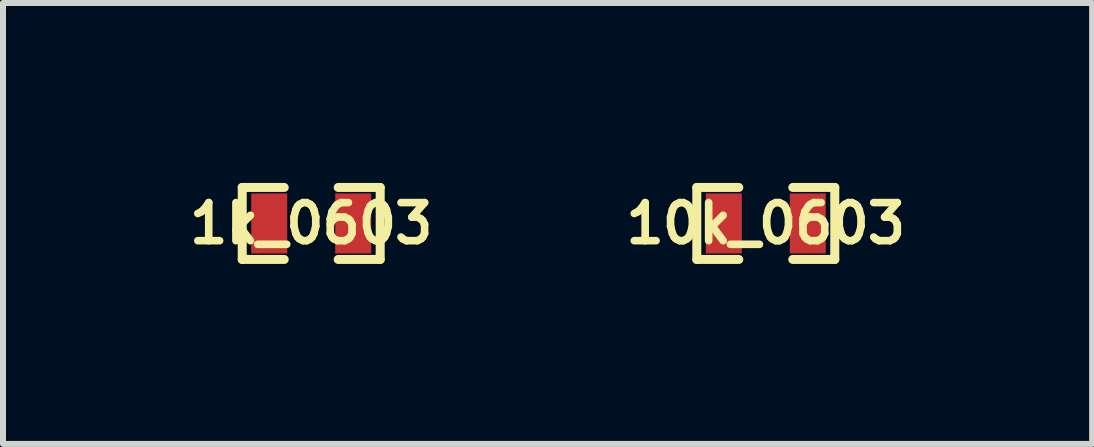
<source format=kicad_pcb>
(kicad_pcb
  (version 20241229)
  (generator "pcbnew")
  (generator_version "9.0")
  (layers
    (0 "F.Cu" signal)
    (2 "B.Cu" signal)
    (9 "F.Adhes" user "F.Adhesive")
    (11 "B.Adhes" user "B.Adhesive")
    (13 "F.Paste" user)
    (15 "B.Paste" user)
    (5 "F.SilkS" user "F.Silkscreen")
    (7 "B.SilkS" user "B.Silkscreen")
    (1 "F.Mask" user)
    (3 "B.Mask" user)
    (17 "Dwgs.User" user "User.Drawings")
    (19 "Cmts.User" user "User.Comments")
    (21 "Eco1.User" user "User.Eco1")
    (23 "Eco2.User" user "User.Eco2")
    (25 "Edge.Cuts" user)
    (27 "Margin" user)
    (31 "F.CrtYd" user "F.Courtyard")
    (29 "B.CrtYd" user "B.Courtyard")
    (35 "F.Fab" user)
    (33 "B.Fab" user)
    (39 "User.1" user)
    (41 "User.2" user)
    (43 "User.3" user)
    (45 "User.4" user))
  (footprint "1k_0603"
    (layer "F.Cu")
    (at 2.138 0.675)
    (property "Reference" "1k_0603" (at 0 0 0) (layer "F.SilkS") (effects (font (size 0.635 0.635) (thickness 0.127))))
    (attr smd)
    (fp_line (start -1.15 -0.6) (end -1.15 0.6) (stroke (width 0.15) (type solid)) (layer "F.SilkS"))
    (fp_line (start -1.15 0.6) (end -0.45 0.6) (stroke (width 0.15) (type solid)) (layer "F.SilkS"))
    (fp_line (start -0.45 -0.6) (end -1.15 -0.6) (stroke (width 0.15) (type solid)) (layer "F.SilkS"))
    (fp_line (start 0.45 -0.6) (end 1.15 -0.6) (stroke (width 0.15) (type solid)) (layer "F.SilkS"))
    (fp_line (start 1.15 -0.6) (end 1.15 0.6) (stroke (width 0.15) (type solid)) (layer "F.SilkS"))
    (fp_line (start 1.15 0.6) (end 0.45 0.6) (stroke (width 0.15) (type solid)) (layer "F.SilkS"))
    (pad "1" smd rect (at -0.7 0) (size 0.6 1) (layers "F.Cu" "F.Mask" "F.Paste"))
    (pad "2" smd rect (at 0.7 0) (size 0.6 1) (layers "F.Cu" "F.Mask" "F.Paste")))
  (footprint "10k_0603"
    (layer "F.Cu")
    (at 9.716 0.675)
    (property "Reference" "10k_0603" (at 0 0 0) (layer "F.SilkS") (effects (font (size 0.635 0.635) (thickness 0.127))))
    (attr smd)
    (fp_line (start -1.15 -0.6) (end -1.15 0.6) (stroke (width 0.15) (type solid)) (layer "F.SilkS"))
    (fp_line (start -1.15 0.6) (end -0.45 0.6) (stroke (width 0.15) (type solid)) (layer "F.SilkS"))
    (fp_line (start -0.45 -0.6) (end -1.15 -0.6) (stroke (width 0.15) (type solid)) (layer "F.SilkS"))
    (fp_line (start 0.45 -0.6) (end 1.15 -0.6) (stroke (width 0.15) (type solid)) (layer "F.SilkS"))
    (fp_line (start 1.15 -0.6) (end 1.15 0.6) (stroke (width 0.15) (type solid)) (layer "F.SilkS"))
    (fp_line (start 1.15 0.6) (end 0.45 0.6) (stroke (width 0.15) (type solid)) (layer "F.SilkS"))
    (pad "1" smd rect (at -0.7 0) (size 0.6 1) (layers "F.Cu" "F.Mask" "F.Paste"))
    (pad "2" smd rect (at 0.7 0) (size 0.6 1) (layers "F.Cu" "F.Mask" "F.Paste")))
  (gr_rect
    (start -3 -3)
    (end 15.156 4.35)
    (stroke (width 0.1) (type default))
    (fill no)
    (layer "Edge.Cuts")))
</source>
